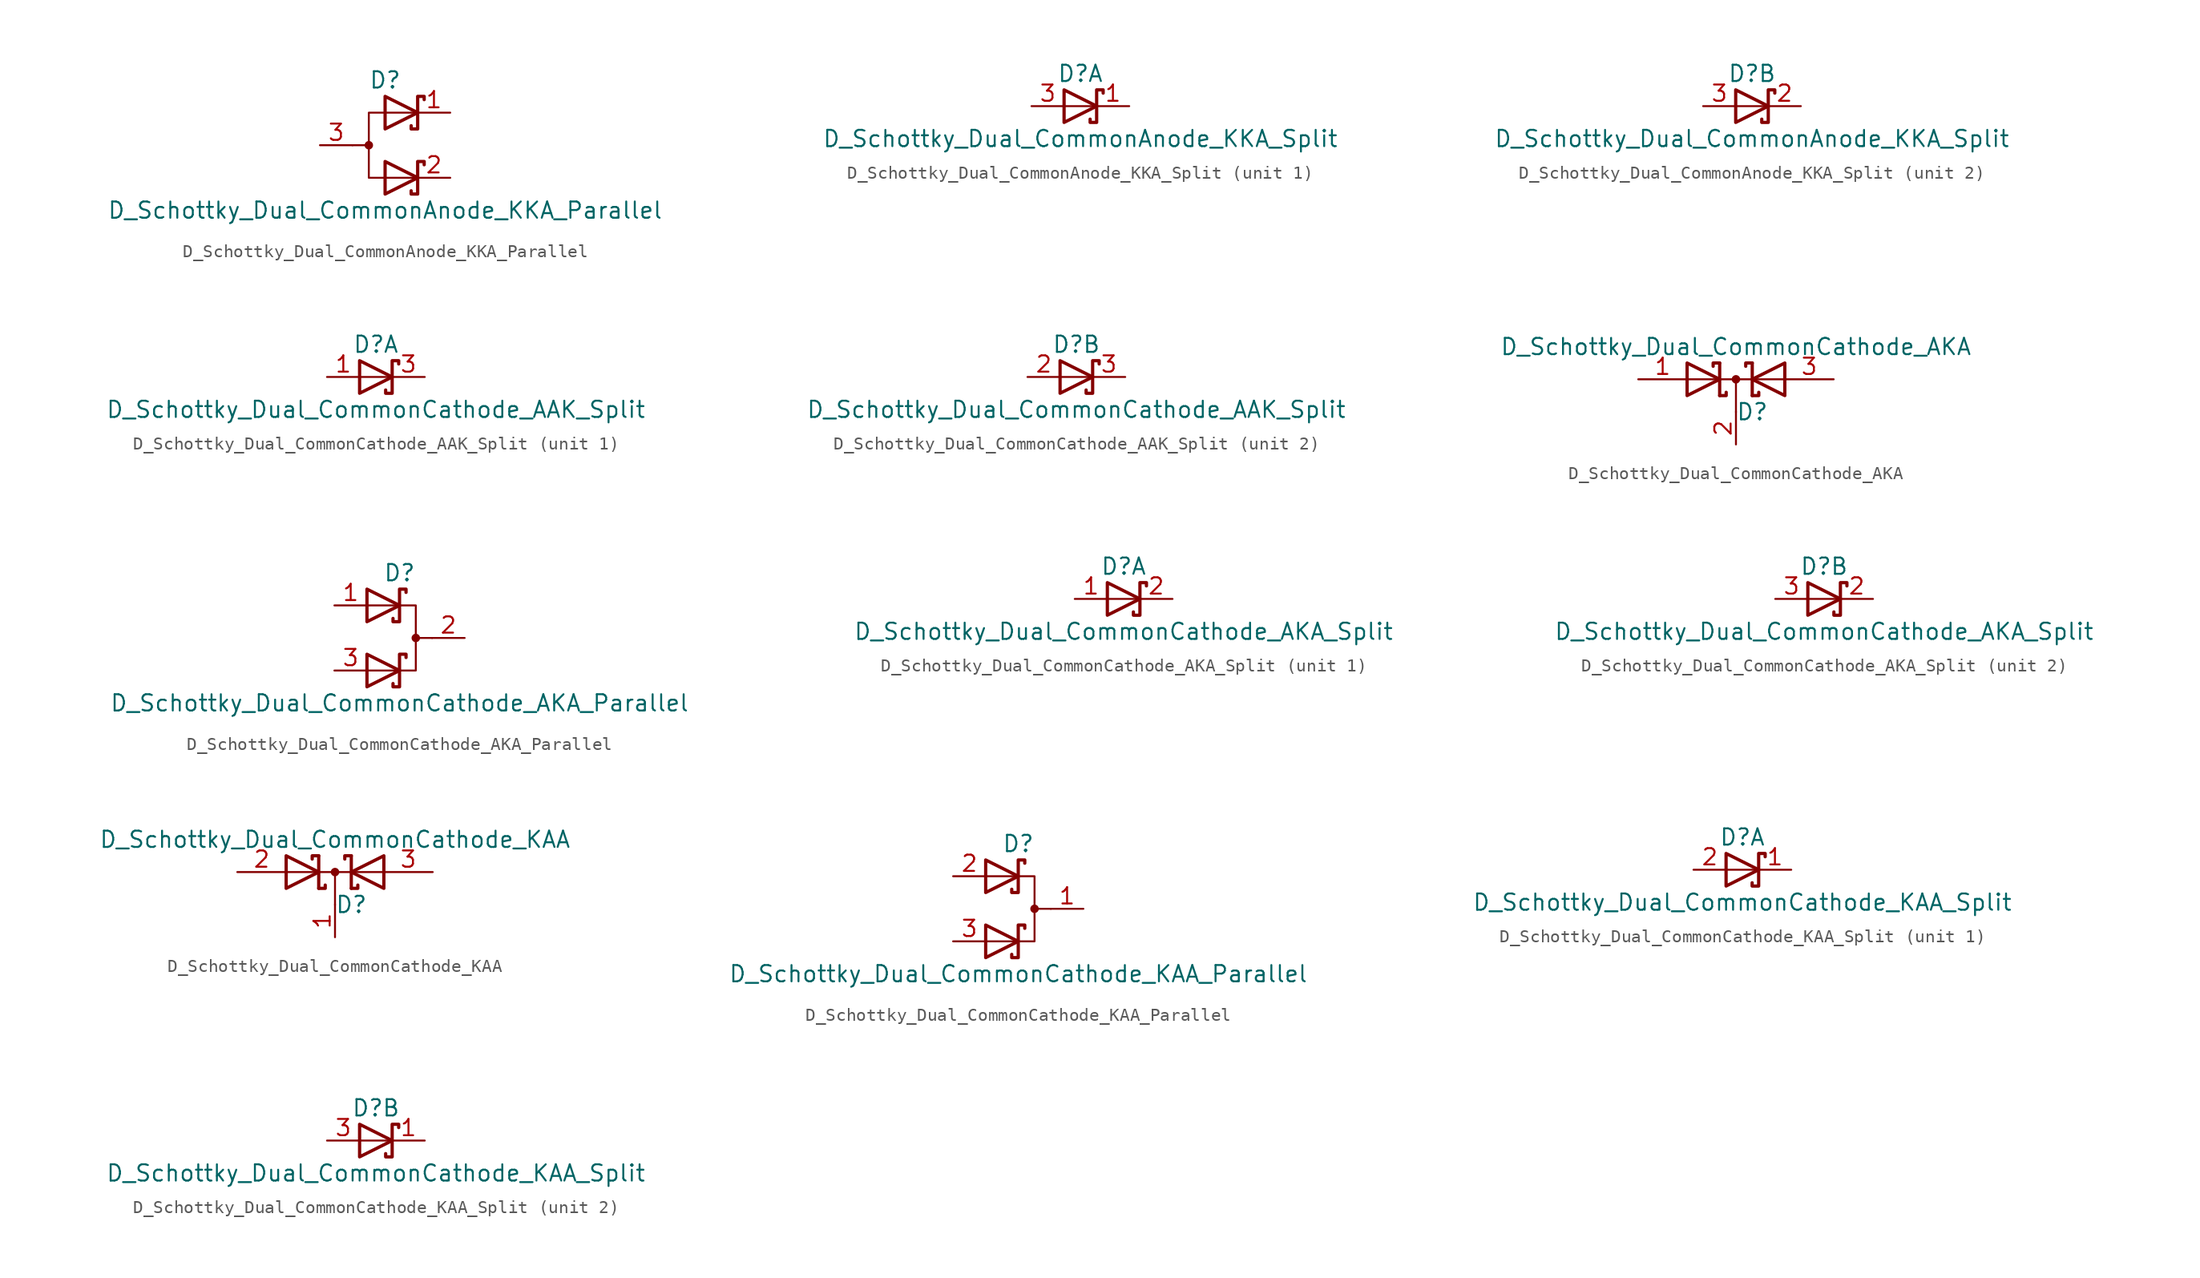
<source format=kicad_sym>
(kicad_symbol_lib
  (version 20241209)
  (generator "kicad_symbol_editor")
  (generator_version "9.0")
  (symbol "D_Schottky_Dual_CommonAnode_KKA_Parallel"
    (pin_names
      (offset 0.762)
      (hide yes))
    (property "Reference" "D"
      (at 0 5.08 0)
      (effects (font (size 1.27 1.27))))
    (property "Value" "D_Schottky_Dual_CommonAnode_KKA_Parallel"
      (at 0 -5.08 0)
      (effects (font (size 1.27 1.27))))
    (symbol "D_Schottky_Dual_CommonAnode_KKA_Parallel_0_1"
      (circle (center -1.27 0) (radius 0.254) (stroke (width 0) (type default)) (fill (type outline)))
      (polyline (pts (xy -1.27 0) (xy -2.54 0)) (stroke (width 0) (type default)) (fill (type none)))
      (polyline (pts (xy 0 3.81) (xy 2.54 2.54) (xy 0 1.27) (xy 0 3.81) (xy 0 3.81) (xy 0 3.81)) (stroke (width 0.254) (type default)) (fill (type none)))
      (polyline (pts (xy 0 -1.27) (xy 2.54 -2.54) (xy 0 -3.81) (xy 0 -1.27) (xy 0 -1.27) (xy 0 -1.27)) (stroke (width 0.254) (type default)) (fill (type none)))
      (polyline (pts (xy 2.54 2.54) (xy -1.27 2.54) (xy -1.27 -2.54) (xy 2.54 -2.54)) (stroke (width 0) (type default)) (fill (type none)))
      (polyline (pts (xy 3.048 3.556) (xy 3.048 3.81) (xy 2.54 3.81) (xy 2.54 1.27) (xy 2.032 1.27) (xy 2.032 1.524)) (stroke (width 0.254) (type default)) (fill (type none)))
      (polyline (pts (xy 3.048 -1.524) (xy 3.048 -1.27) (xy 2.54 -1.27) (xy 2.54 -3.81) (xy 2.032 -3.81) (xy 2.032 -3.556)) (stroke (width 0.254) (type default)) (fill (type none)))
      (pin passive line (at -5.08 0 0) (length 2.54) (name "A" (effects (font (size 1.27 1.27)))) (number "3" (effects (font (size 1.27 1.27)))))
      (pin passive line (at 5.08 2.54 180) (length 2.54) (name "K" (effects (font (size 1.27 1.27)))) (number "1" (effects (font (size 1.27 1.27)))))
      (pin passive line (at 5.08 -2.54 180) (length 2.54) (name "K" (effects (font (size 1.27 1.27)))) (number "2" (effects (font (size 1.27 1.27)))))))
  (symbol "D_Schottky_Dual_CommonAnode_KKA_Split"
    (pin_names
      (offset 0.762)
      (hide yes))
    (property "Reference" "D"
      (at 0 2.54 0)
      (effects (font (size 1.27 1.27))))
    (property "Value" "D_Schottky_Dual_CommonAnode_KKA_Split"
      (at 0 -2.54 0)
      (effects (font (size 1.27 1.27))))
    (property "ki_locked" ""
      (at 0 0 0)
      (effects (font (size 1.27 1.27))))
    (symbol "D_Schottky_Dual_CommonAnode_KKA_Split_0_1"
      (polyline (pts (xy -1.27 1.27) (xy 1.27 0) (xy -1.27 -1.27) (xy -1.27 1.27) (xy -1.27 1.27) (xy -1.27 1.27)) (stroke (width 0.254) (type default)) (fill (type none)))
      (polyline (pts (xy 1.27 0) (xy -1.27 0)) (stroke (width 0) (type default)) (fill (type none)))
      (polyline (pts (xy 1.778 1.016) (xy 1.778 1.27) (xy 1.27 1.27) (xy 1.27 -1.27) (xy 0.762 -1.27) (xy 0.762 -1.016)) (stroke (width 0.254) (type default)) (fill (type none)))
      (pin passive line (at -3.81 0 0) (length 2.54) (name "A" (effects (font (size 1.27 1.27)))) (number "3" (effects (font (size 1.27 1.27))))))
    (symbol "D_Schottky_Dual_CommonAnode_KKA_Split_1_1"
      (pin passive line (at 3.81 0 180) (length 2.54) (name "K" (effects (font (size 1.27 1.27)))) (number "1" (effects (font (size 1.27 1.27))))))
    (symbol "D_Schottky_Dual_CommonAnode_KKA_Split_2_1"
      (pin passive line (at 3.81 0 180) (length 2.54) (name "K" (effects (font (size 1.27 1.27)))) (number "2" (effects (font (size 1.27 1.27)))))))
  (symbol "D_Schottky_Dual_CommonCathode_AAK_Split"
    (pin_names
      (offset 0.762)
      (hide yes))
    (property "Reference" "D"
      (at 0 2.54 0)
      (effects (font (size 1.27 1.27))))
    (property "Value" "D_Schottky_Dual_CommonCathode_AAK_Split"
      (at 0 -2.54 0)
      (effects (font (size 1.27 1.27))))
    (property "ki_locked" ""
      (at 0 0 0)
      (effects (font (size 1.27 1.27))))
    (symbol "D_Schottky_Dual_CommonCathode_AAK_Split_0_1"
      (polyline (pts (xy -1.27 1.27) (xy 1.27 0) (xy -1.27 -1.27) (xy -1.27 1.27) (xy -1.27 1.27) (xy -1.27 1.27)) (stroke (width 0.254) (type default)) (fill (type none)))
      (polyline (pts (xy 1.27 0) (xy -1.27 0)) (stroke (width 0) (type default)) (fill (type none)))
      (polyline (pts (xy 1.778 1.016) (xy 1.778 1.27) (xy 1.27 1.27) (xy 1.27 -1.27) (xy 0.762 -1.27) (xy 0.762 -1.016)) (stroke (width 0.254) (type default)) (fill (type none)))
      (pin passive line (at 3.81 0 180) (length 2.54) (name "K" (effects (font (size 1.27 1.27)))) (number "3" (effects (font (size 1.27 1.27))))))
    (symbol "D_Schottky_Dual_CommonCathode_AAK_Split_1_1"
      (pin passive line (at -3.81 0 0) (length 2.54) (name "A" (effects (font (size 1.27 1.27)))) (number "1" (effects (font (size 1.27 1.27))))))
    (symbol "D_Schottky_Dual_CommonCathode_AAK_Split_2_1"
      (pin passive line (at -3.81 0 0) (length 2.54) (name "A" (effects (font (size 1.27 1.27)))) (number "2" (effects (font (size 1.27 1.27)))))))
  (symbol "D_Schottky_Dual_CommonCathode_AKA"
    (pin_names
      (offset 0.762)
      (hide yes))
    (property "Reference" "D"
      (at 1.27 -2.54 0)
      (effects (font (size 1.27 1.27))))
    (property "Value" "D_Schottky_Dual_CommonCathode_AKA"
      (at 0 2.54 0)
      (effects (font (size 1.27 1.27))))
    (symbol "D_Schottky_Dual_CommonCathode_AKA_0_1"
      (polyline (pts (xy -3.81 1.27) (xy -1.27 0) (xy -3.81 -1.27) (xy -3.81 1.27) (xy -3.81 1.27) (xy -3.81 1.27)) (stroke (width 0.254) (type default)) (fill (type none)))
      (polyline (pts (xy -1.778 1.016) (xy -1.778 1.27) (xy -1.27 1.27) (xy -1.27 1.27) (xy -1.27 1.27)) (stroke (width 0.254) (type default)) (fill (type none)))
      (polyline (pts (xy -1.27 -1.27) (xy -1.27 1.27) (xy -1.27 1.27)) (stroke (width 0.254) (type default)) (fill (type none)))
      (polyline (pts (xy -1.27 -1.27) (xy -0.762 -1.27) (xy -0.762 -1.016) (xy -0.762 -1.016)) (stroke (width 0.254) (type default)) (fill (type none)))
      (polyline (pts (xy 0 0) (xy 0 -2.54)) (stroke (width 0) (type default)) (fill (type none)))
      (circle (center 0 0) (radius 0.254) (stroke (width 0) (type default)) (fill (type outline)))
      (polyline (pts (xy 1.27 1.27) (xy 0.762 1.27) (xy 0.762 1.016) (xy 0.762 1.016)) (stroke (width 0.254) (type default)) (fill (type none)))
      (polyline (pts (xy 1.27 -1.27) (xy 1.27 1.27) (xy 1.27 1.27)) (stroke (width 0.254) (type default)) (fill (type none)))
      (polyline (pts (xy 1.27 -1.27) (xy 1.778 -1.27) (xy 1.778 -1.016) (xy 1.778 -1.016)) (stroke (width 0.254) (type default)) (fill (type none)))
      (polyline (pts (xy 3.81 0) (xy -3.81 0)) (stroke (width 0) (type default)) (fill (type none)))
      (polyline (pts (xy 3.81 -1.27) (xy 1.27 0) (xy 3.81 1.27) (xy 3.81 -1.27) (xy 3.81 -1.27) (xy 3.81 -1.27)) (stroke (width 0.254) (type default)) (fill (type none)))
      (pin passive line (at -7.62 0 0) (length 3.81) (name "A" (effects (font (size 1.27 1.27)))) (number "1" (effects (font (size 1.27 1.27)))))
      (pin passive line (at 0 -5.08 90) (length 2.54) (name "K" (effects (font (size 1.27 1.27)))) (number "2" (effects (font (size 1.27 1.27)))))
      (pin passive line (at 7.62 0 180) (length 3.81) (name "A" (effects (font (size 1.27 1.27)))) (number "3" (effects (font (size 1.27 1.27)))))))
  (symbol "D_Schottky_Dual_CommonCathode_AKA_Parallel"
    (pin_names
      (offset 0.762)
      (hide yes))
    (property "Reference" "D"
      (at 0 5.08 0)
      (effects (font (size 1.27 1.27))))
    (property "Value" "D_Schottky_Dual_CommonCathode_AKA_Parallel"
      (at 0 -5.08 0)
      (effects (font (size 1.27 1.27))))
    (symbol "D_Schottky_Dual_CommonCathode_AKA_Parallel_0_1"
      (polyline (pts (xy -2.54 3.81) (xy 0 2.54) (xy -2.54 1.27) (xy -2.54 3.81) (xy -2.54 3.81) (xy -2.54 3.81)) (stroke (width 0.254) (type default)) (fill (type none)))
      (polyline (pts (xy -2.54 -1.27) (xy 0 -2.54) (xy -2.54 -3.81) (xy -2.54 -1.27) (xy -2.54 -1.27) (xy -2.54 -1.27)) (stroke (width 0.254) (type default)) (fill (type none)))
      (polyline (pts (xy -2.54 -2.54) (xy 1.27 -2.54) (xy 1.27 2.54) (xy -2.54 2.54)) (stroke (width 0) (type default)) (fill (type none)))
      (polyline (pts (xy 0.508 3.556) (xy 0.508 3.81) (xy 0 3.81) (xy 0 1.27) (xy -0.508 1.27) (xy -0.508 1.524)) (stroke (width 0.254) (type default)) (fill (type none)))
      (polyline (pts (xy 0.508 -1.524) (xy 0.508 -1.27) (xy 0 -1.27) (xy 0 -3.81) (xy -0.508 -3.81) (xy -0.508 -3.556)) (stroke (width 0.254) (type default)) (fill (type none)))
      (polyline (pts (xy 1.27 0) (xy 2.54 0)) (stroke (width 0) (type default)) (fill (type none)))
      (circle (center 1.27 0) (radius 0.254) (stroke (width 0) (type default)) (fill (type outline)))
      (pin passive line (at -5.08 2.54 0) (length 2.54) (name "A" (effects (font (size 1.27 1.27)))) (number "1" (effects (font (size 1.27 1.27)))))
      (pin passive line (at -5.08 -2.54 0) (length 2.54) (name "A" (effects (font (size 1.27 1.27)))) (number "3" (effects (font (size 1.27 1.27)))))
      (pin passive line (at 5.08 0 180) (length 2.54) (name "K" (effects (font (size 1.27 1.27)))) (number "2" (effects (font (size 1.27 1.27)))))))
  (symbol "D_Schottky_Dual_CommonCathode_AKA_Split"
    (pin_names
      (offset 0.762)
      (hide yes))
    (property "Reference" "D"
      (at 0 2.54 0)
      (effects (font (size 1.27 1.27))))
    (property "Value" "D_Schottky_Dual_CommonCathode_AKA_Split"
      (at 0 -2.54 0)
      (effects (font (size 1.27 1.27))))
    (property "ki_locked" ""
      (at 0 0 0)
      (effects (font (size 1.27 1.27))))
    (symbol "D_Schottky_Dual_CommonCathode_AKA_Split_0_1"
      (polyline (pts (xy -1.27 1.27) (xy 1.27 0) (xy -1.27 -1.27) (xy -1.27 1.27) (xy -1.27 1.27) (xy -1.27 1.27)) (stroke (width 0.254) (type default)) (fill (type none)))
      (polyline (pts (xy 1.27 0) (xy -1.27 0)) (stroke (width 0) (type default)) (fill (type none)))
      (polyline (pts (xy 1.778 1.016) (xy 1.778 1.27) (xy 1.27 1.27) (xy 1.27 -1.27) (xy 0.762 -1.27) (xy 0.762 -1.016)) (stroke (width 0.254) (type default)) (fill (type none)))
      (pin passive line (at 3.81 0 180) (length 2.54) (name "K" (effects (font (size 1.27 1.27)))) (number "2" (effects (font (size 1.27 1.27))))))
    (symbol "D_Schottky_Dual_CommonCathode_AKA_Split_1_1"
      (pin passive line (at -3.81 0 0) (length 2.54) (name "A" (effects (font (size 1.27 1.27)))) (number "1" (effects (font (size 1.27 1.27))))))
    (symbol "D_Schottky_Dual_CommonCathode_AKA_Split_2_1"
      (pin passive line (at -3.81 0 0) (length 2.54) (name "A" (effects (font (size 1.27 1.27)))) (number "3" (effects (font (size 1.27 1.27)))))))
  (symbol "D_Schottky_Dual_CommonCathode_KAA"
    (pin_names
      (offset 0.762)
      (hide yes))
    (property "Reference" "D"
      (at 1.27 -2.54 0)
      (effects (font (size 1.27 1.27))))
    (property "Value" "D_Schottky_Dual_CommonCathode_KAA"
      (at 0 2.54 0)
      (effects (font (size 1.27 1.27))))
    (symbol "D_Schottky_Dual_CommonCathode_KAA_0_1"
      (polyline (pts (xy -3.81 1.27) (xy -1.27 0) (xy -3.81 -1.27) (xy -3.81 1.27) (xy -3.81 1.27) (xy -3.81 1.27)) (stroke (width 0.254) (type default)) (fill (type none)))
      (polyline (pts (xy -3.81 0) (xy 3.81 0)) (stroke (width 0) (type default)) (fill (type none)))
      (polyline (pts (xy -1.778 1.016) (xy -1.778 1.27) (xy -1.27 1.27) (xy -1.27 1.27) (xy -1.27 1.27)) (stroke (width 0.254) (type default)) (fill (type none)))
      (polyline (pts (xy -1.27 -1.27) (xy -1.27 1.27) (xy -1.27 1.27)) (stroke (width 0.254) (type default)) (fill (type none)))
      (polyline (pts (xy -1.27 -1.27) (xy -0.762 -1.27) (xy -0.762 -1.016) (xy -0.762 -1.016)) (stroke (width 0.254) (type default)) (fill (type none)))
      (polyline (pts (xy 0 0) (xy 0 -2.54)) (stroke (width 0) (type default)) (fill (type none)))
      (circle (center 0 0) (radius 0.254) (stroke (width 0) (type default)) (fill (type outline)))
      (polyline (pts (xy 1.27 1.27) (xy 0.762 1.27) (xy 0.762 1.016) (xy 0.762 1.016)) (stroke (width 0.254) (type default)) (fill (type none)))
      (polyline (pts (xy 1.27 -1.27) (xy 1.27 1.27) (xy 1.27 1.27)) (stroke (width 0.254) (type default)) (fill (type none)))
      (polyline (pts (xy 1.27 -1.27) (xy 1.778 -1.27) (xy 1.778 -1.016) (xy 1.778 -1.016)) (stroke (width 0.254) (type default)) (fill (type none)))
      (polyline (pts (xy 3.81 -1.27) (xy 1.27 0) (xy 3.81 1.27) (xy 3.81 -1.27) (xy 3.81 -1.27) (xy 3.81 -1.27)) (stroke (width 0.254) (type default)) (fill (type none)))
      (pin passive line (at -7.62 0 0) (length 3.81) (name "A" (effects (font (size 1.27 1.27)))) (number "2" (effects (font (size 1.27 1.27)))))
      (pin passive line (at 0 -5.08 90) (length 2.54) (name "K" (effects (font (size 1.27 1.27)))) (number "1" (effects (font (size 1.27 1.27)))))
      (pin passive line (at 7.62 0 180) (length 3.81) (name "A" (effects (font (size 1.27 1.27)))) (number "3" (effects (font (size 1.27 1.27)))))))
  (symbol "D_Schottky_Dual_CommonCathode_KAA_Parallel"
    (pin_names
      (offset 0.762)
      (hide yes))
    (property "Reference" "D"
      (at 0 5.08 0)
      (effects (font (size 1.27 1.27))))
    (property "Value" "D_Schottky_Dual_CommonCathode_KAA_Parallel"
      (at 0 -5.08 0)
      (effects (font (size 1.27 1.27))))
    (symbol "D_Schottky_Dual_CommonCathode_KAA_Parallel_0_1"
      (polyline (pts (xy -2.54 3.81) (xy 0 2.54) (xy -2.54 1.27) (xy -2.54 3.81) (xy -2.54 3.81) (xy -2.54 3.81)) (stroke (width 0.254) (type default)) (fill (type none)))
      (polyline (pts (xy -2.54 -1.27) (xy 0 -2.54) (xy -2.54 -3.81) (xy -2.54 -1.27) (xy -2.54 -1.27) (xy -2.54 -1.27)) (stroke (width 0.254) (type default)) (fill (type none)))
      (polyline (pts (xy -2.54 -2.54) (xy 1.27 -2.54) (xy 1.27 2.54) (xy -2.54 2.54)) (stroke (width 0) (type default)) (fill (type none)))
      (polyline (pts (xy 0.508 3.556) (xy 0.508 3.81) (xy 0 3.81) (xy 0 1.27) (xy -0.508 1.27) (xy -0.508 1.524)) (stroke (width 0.254) (type default)) (fill (type none)))
      (polyline (pts (xy 0.508 -1.524) (xy 0.508 -1.27) (xy 0 -1.27) (xy 0 -3.81) (xy -0.508 -3.81) (xy -0.508 -3.556)) (stroke (width 0.254) (type default)) (fill (type none)))
      (polyline (pts (xy 1.27 0) (xy 2.54 0)) (stroke (width 0) (type default)) (fill (type none)))
      (circle (center 1.27 0) (radius 0.254) (stroke (width 0) (type default)) (fill (type outline)))
      (pin passive line (at -5.08 2.54 0) (length 2.54) (name "K" (effects (font (size 1.27 1.27)))) (number "2" (effects (font (size 1.27 1.27)))))
      (pin passive line (at -5.08 -2.54 0) (length 2.54) (name "K" (effects (font (size 1.27 1.27)))) (number "3" (effects (font (size 1.27 1.27)))))
      (pin passive line (at 5.08 0 180) (length 2.54) (name "A" (effects (font (size 1.27 1.27)))) (number "1" (effects (font (size 1.27 1.27)))))))
  (symbol "D_Schottky_Dual_CommonCathode_KAA_Split"
    (pin_names
      (offset 0.762)
      (hide yes))
    (property "Reference" "D"
      (at 0 2.54 0)
      (effects (font (size 1.27 1.27))))
    (property "Value" "D_Schottky_Dual_CommonCathode_KAA_Split"
      (at 0 -2.54 0)
      (effects (font (size 1.27 1.27))))
    (property "ki_locked" ""
      (at 0 0 0)
      (effects (font (size 1.27 1.27))))
    (symbol "D_Schottky_Dual_CommonCathode_KAA_Split_0_1"
      (polyline (pts (xy -1.27 1.27) (xy 1.27 0) (xy -1.27 -1.27) (xy -1.27 1.27) (xy -1.27 1.27) (xy -1.27 1.27)) (stroke (width 0.254) (type default)) (fill (type none)))
      (polyline (pts (xy 1.27 0) (xy -1.27 0)) (stroke (width 0) (type default)) (fill (type none)))
      (polyline (pts (xy 1.778 1.016) (xy 1.778 1.27) (xy 1.27 1.27) (xy 1.27 -1.27) (xy 0.762 -1.27) (xy 0.762 -1.016)) (stroke (width 0.254) (type default)) (fill (type none)))
      (pin passive line (at 3.81 0 180) (length 2.54) (name "K" (effects (font (size 1.27 1.27)))) (number "1" (effects (font (size 1.27 1.27))))))
    (symbol "D_Schottky_Dual_CommonCathode_KAA_Split_1_1"
      (pin passive line (at -3.81 0 0) (length 2.54) (name "A" (effects (font (size 1.27 1.27)))) (number "2" (effects (font (size 1.27 1.27))))))
    (symbol "D_Schottky_Dual_CommonCathode_KAA_Split_2_1"
      (pin passive line (at -3.81 0 0) (length 2.54) (name "K" (effects (font (size 1.27 1.27)))) (number "3" (effects (font (size 1.27 1.27))))))))
</source>
